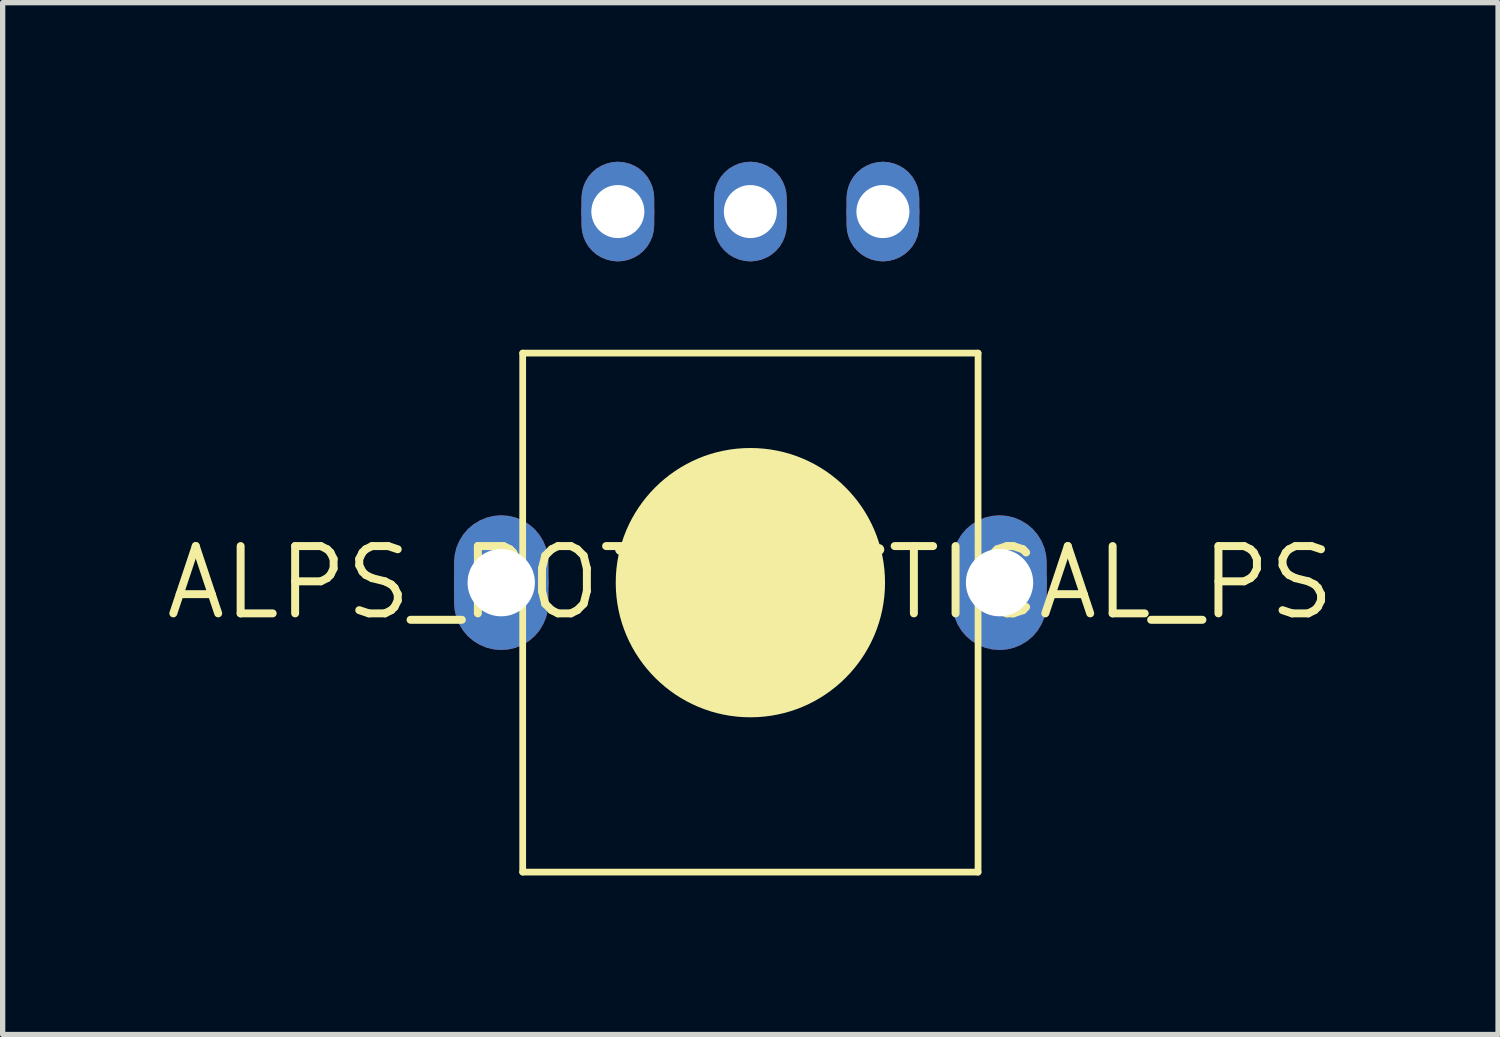
<source format=kicad_pcb>
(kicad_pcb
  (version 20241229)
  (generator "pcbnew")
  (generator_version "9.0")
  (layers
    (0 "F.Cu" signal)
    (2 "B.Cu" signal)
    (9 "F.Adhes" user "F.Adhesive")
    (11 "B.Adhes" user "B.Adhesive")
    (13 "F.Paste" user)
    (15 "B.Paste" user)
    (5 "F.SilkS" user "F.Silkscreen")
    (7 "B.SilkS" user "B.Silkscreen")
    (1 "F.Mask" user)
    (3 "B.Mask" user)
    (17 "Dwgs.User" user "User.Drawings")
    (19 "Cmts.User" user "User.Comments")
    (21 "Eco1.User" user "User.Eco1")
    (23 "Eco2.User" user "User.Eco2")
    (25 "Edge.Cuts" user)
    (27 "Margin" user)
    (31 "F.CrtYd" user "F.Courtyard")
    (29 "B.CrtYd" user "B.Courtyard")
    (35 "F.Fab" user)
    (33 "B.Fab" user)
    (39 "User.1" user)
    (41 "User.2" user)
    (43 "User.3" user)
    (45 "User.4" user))
  (footprint "ALPS_POT_VERTICAL_PS"
    (layer "F.Cu")
    (at 11.105 7.941)
    (property "Reference" "ALPS_POT_VERTICAL_PS" (at 0 0 0) (layer "F.SilkS") (effects (font (size 1.27 1.27) (thickness 0.15))))
    (fp_poly (pts (xy -4.561 -1.259) (xy -4.426 -1.227) (xy -4.297 -1.173) (xy -4.177 -1.1) (xy -4.071 -1.01) (xy -3.981 -0.904) (xy -3.908 -0.784) (xy -3.854 -0.655) (xy -3.822 -0.52) (xy -3.811 -0.381) (xy -3.811 0.381) (xy -3.822 0.52) (xy -3.854 0.655) (xy -3.908 0.784) (xy -3.981 0.904) (xy -4.071 1.01) (xy -4.177 1.1) (xy -4.297 1.173) (xy -4.426 1.227) (xy -4.561 1.259) (xy -4.7 1.27) (xy -4.839 1.259) (xy -4.974 1.227) (xy -5.103 1.173) (xy -5.223 1.1) (xy -5.329 1.01) (xy -5.419 0.904) (xy -5.492 0.784) (xy -5.546 0.655) (xy -5.578 0.52) (xy -5.589 0.381) (xy -5.589 -0.381) (xy -5.578 -0.52) (xy -5.546 -0.655) (xy -5.492 -0.784) (xy -5.419 -0.904) (xy -5.329 -1.01) (xy -5.223 -1.1) (xy -5.103 -1.173) (xy -4.974 -1.227) (xy -4.839 -1.259) (xy -4.7 -1.27)) (stroke (width 0) (type default)) (fill yes) (layer "F.Cu"))
    (fp_poly (pts (xy -2.393 -7.931) (xy -2.288 -7.906) (xy -2.189 -7.865) (xy -2.096 -7.809) (xy -2.015 -7.739) (xy -1.945 -7.658) (xy -1.889 -7.565) (xy -1.848 -7.466) (xy -1.823 -7.361) (xy -1.814 -7.254) (xy -1.814 -6.746) (xy -1.823 -6.639) (xy -1.848 -6.534) (xy -1.889 -6.435) (xy -1.945 -6.342) (xy -2.015 -6.261) (xy -2.096 -6.191) (xy -2.189 -6.135) (xy -2.288 -6.094) (xy -2.393 -6.069) (xy -2.5 -6.06) (xy -2.607 -6.069) (xy -2.712 -6.094) (xy -2.811 -6.135) (xy -2.904 -6.191) (xy -2.985 -6.261) (xy -3.055 -6.342) (xy -3.111 -6.435) (xy -3.152 -6.534) (xy -3.177 -6.639) (xy -3.186 -6.746) (xy -3.186 -7.254) (xy -3.177 -7.361) (xy -3.152 -7.466) (xy -3.111 -7.565) (xy -3.055 -7.658) (xy -2.985 -7.739) (xy -2.904 -7.809) (xy -2.811 -7.865) (xy -2.712 -7.906) (xy -2.607 -7.931) (xy -2.5 -7.94)) (stroke (width 0) (type default)) (fill yes) (layer "F.Cu"))
    (fp_poly (pts (xy 0.107 -7.931) (xy 0.212 -7.906) (xy 0.311 -7.865) (xy 0.404 -7.809) (xy 0.485 -7.739) (xy 0.555 -7.658) (xy 0.611 -7.565) (xy 0.652 -7.466) (xy 0.677 -7.361) (xy 0.686 -7.254) (xy 0.686 -6.746) (xy 0.677 -6.639) (xy 0.652 -6.534) (xy 0.611 -6.435) (xy 0.555 -6.342) (xy 0.485 -6.261) (xy 0.404 -6.191) (xy 0.311 -6.135) (xy 0.212 -6.094) (xy 0.107 -6.069) (xy 0 -6.06) (xy -0.107 -6.069) (xy -0.212 -6.094) (xy -0.311 -6.135) (xy -0.404 -6.191) (xy -0.485 -6.261) (xy -0.555 -6.342) (xy -0.611 -6.435) (xy -0.652 -6.534) (xy -0.677 -6.639) (xy -0.686 -6.746) (xy -0.686 -7.254) (xy -0.677 -7.361) (xy -0.652 -7.466) (xy -0.611 -7.565) (xy -0.555 -7.658) (xy -0.485 -7.739) (xy -0.404 -7.809) (xy -0.311 -7.865) (xy -0.212 -7.906) (xy -0.107 -7.931) (xy 0 -7.94)) (stroke (width 0) (type default)) (fill yes) (layer "F.Cu"))
    (fp_poly (pts (xy 2.607 -7.931) (xy 2.712 -7.906) (xy 2.811 -7.865) (xy 2.904 -7.809) (xy 2.985 -7.739) (xy 3.055 -7.658) (xy 3.111 -7.565) (xy 3.152 -7.466) (xy 3.177 -7.361) (xy 3.186 -7.254) (xy 3.186 -6.746) (xy 3.177 -6.639) (xy 3.152 -6.534) (xy 3.111 -6.435) (xy 3.055 -6.342) (xy 2.985 -6.261) (xy 2.904 -6.191) (xy 2.811 -6.135) (xy 2.712 -6.094) (xy 2.607 -6.069) (xy 2.5 -6.06) (xy 2.393 -6.069) (xy 2.288 -6.094) (xy 2.189 -6.135) (xy 2.096 -6.191) (xy 2.015 -6.261) (xy 1.945 -6.342) (xy 1.889 -6.435) (xy 1.848 -6.534) (xy 1.823 -6.639) (xy 1.814 -6.746) (xy 1.814 -7.254) (xy 1.823 -7.361) (xy 1.848 -7.466) (xy 1.889 -7.565) (xy 1.945 -7.658) (xy 2.015 -7.739) (xy 2.096 -7.809) (xy 2.189 -7.865) (xy 2.288 -7.906) (xy 2.393 -7.931) (xy 2.5 -7.94)) (stroke (width 0) (type default)) (fill yes) (layer "F.Cu"))
    (fp_poly (pts (xy 4.839 -1.259) (xy 4.974 -1.227) (xy 5.103 -1.173) (xy 5.223 -1.1) (xy 5.329 -1.01) (xy 5.419 -0.904) (xy 5.492 -0.784) (xy 5.546 -0.655) (xy 5.578 -0.52) (xy 5.589 -0.381) (xy 5.589 0.381) (xy 5.578 0.52) (xy 5.546 0.655) (xy 5.492 0.784) (xy 5.419 0.904) (xy 5.329 1.01) (xy 5.223 1.1) (xy 5.103 1.173) (xy 4.974 1.227) (xy 4.839 1.259) (xy 4.7 1.27) (xy 4.561 1.259) (xy 4.426 1.227) (xy 4.297 1.173) (xy 4.177 1.1) (xy 4.071 1.01) (xy 3.981 0.904) (xy 3.908 0.784) (xy 3.854 0.655) (xy 3.822 0.52) (xy 3.811 0.381) (xy 3.811 -0.381) (xy 3.822 -0.52) (xy 3.854 -0.655) (xy 3.908 -0.784) (xy 3.981 -0.904) (xy 4.071 -1.01) (xy 4.177 -1.1) (xy 4.297 -1.173) (xy 4.426 -1.227) (xy 4.561 -1.259) (xy 4.7 -1.27)) (stroke (width 0) (type default)) (fill yes) (layer "F.Cu"))
    (fp_poly (pts (xy -4.561 -1.26) (xy -4.425 -1.227) (xy -4.296 -1.174) (xy -4.176 -1.101) (xy -4.07 -1.011) (xy -3.98 -0.905) (xy -3.907 -0.785) (xy -3.854 -0.656) (xy -3.821 -0.52) (xy -3.81 -0.381) (xy -3.81 0.381) (xy -3.821 0.52) (xy -3.854 0.656) (xy -3.907 0.785) (xy -3.98 0.905) (xy -4.07 1.011) (xy -4.176 1.101) (xy -4.296 1.174) (xy -4.425 1.227) (xy -4.561 1.26) (xy -4.7 1.271) (xy -4.839 1.26) (xy -4.975 1.227) (xy -5.104 1.174) (xy -5.224 1.101) (xy -5.33 1.011) (xy -5.42 0.905) (xy -5.493 0.785) (xy -5.546 0.656) (xy -5.579 0.52) (xy -5.59 0.381) (xy -5.59 -0.381) (xy -5.579 -0.52) (xy -5.546 -0.656) (xy -5.493 -0.785) (xy -5.42 -0.905) (xy -5.33 -1.011) (xy -5.224 -1.101) (xy -5.104 -1.174) (xy -4.975 -1.227) (xy -4.839 -1.26) (xy -4.7 -1.271)) (stroke (width 0) (type default)) (fill yes) (layer "F.Mask"))
    (fp_poly (pts (xy -2.393 -7.932) (xy -2.288 -7.907) (xy -2.189 -7.866) (xy -2.096 -7.81) (xy -2.014 -7.74) (xy -1.944 -7.658) (xy -1.888 -7.565) (xy -1.847 -7.466) (xy -1.822 -7.361) (xy -1.813 -7.254) (xy -1.813 -6.746) (xy -1.822 -6.639) (xy -1.847 -6.534) (xy -1.888 -6.435) (xy -1.944 -6.342) (xy -2.014 -6.26) (xy -2.096 -6.19) (xy -2.189 -6.134) (xy -2.288 -6.093) (xy -2.393 -6.068) (xy -2.5 -6.059) (xy -2.607 -6.068) (xy -2.712 -6.093) (xy -2.811 -6.134) (xy -2.904 -6.19) (xy -2.986 -6.26) (xy -3.056 -6.342) (xy -3.112 -6.435) (xy -3.153 -6.534) (xy -3.178 -6.639) (xy -3.187 -6.746) (xy -3.187 -7.254) (xy -3.178 -7.361) (xy -3.153 -7.466) (xy -3.112 -7.565) (xy -3.056 -7.658) (xy -2.986 -7.74) (xy -2.904 -7.81) (xy -2.811 -7.866) (xy -2.712 -7.907) (xy -2.607 -7.932) (xy -2.5 -7.941)) (stroke (width 0) (type default)) (fill yes) (layer "F.Mask"))
    (fp_poly (pts (xy 0.107 -7.932) (xy 0.212 -7.907) (xy 0.311 -7.866) (xy 0.404 -7.81) (xy 0.486 -7.74) (xy 0.556 -7.658) (xy 0.612 -7.565) (xy 0.653 -7.466) (xy 0.678 -7.361) (xy 0.687 -7.254) (xy 0.687 -6.746) (xy 0.678 -6.639) (xy 0.653 -6.534) (xy 0.612 -6.435) (xy 0.556 -6.342) (xy 0.486 -6.26) (xy 0.404 -6.19) (xy 0.311 -6.134) (xy 0.212 -6.093) (xy 0.107 -6.068) (xy 0 -6.059) (xy -0.107 -6.068) (xy -0.212 -6.093) (xy -0.311 -6.134) (xy -0.404 -6.19) (xy -0.486 -6.26) (xy -0.556 -6.342) (xy -0.612 -6.435) (xy -0.653 -6.534) (xy -0.678 -6.639) (xy -0.687 -6.746) (xy -0.687 -7.254) (xy -0.678 -7.361) (xy -0.653 -7.466) (xy -0.612 -7.565) (xy -0.556 -7.658) (xy -0.486 -7.74) (xy -0.404 -7.81) (xy -0.311 -7.866) (xy -0.212 -7.907) (xy -0.107 -7.932) (xy 0 -7.941)) (stroke (width 0) (type default)) (fill yes) (layer "F.Mask"))
    (fp_poly (pts (xy 2.607 -7.932) (xy 2.712 -7.907) (xy 2.811 -7.866) (xy 2.904 -7.81) (xy 2.986 -7.74) (xy 3.056 -7.658) (xy 3.112 -7.565) (xy 3.153 -7.466) (xy 3.178 -7.361) (xy 3.187 -7.254) (xy 3.187 -6.746) (xy 3.178 -6.639) (xy 3.153 -6.534) (xy 3.112 -6.435) (xy 3.056 -6.342) (xy 2.986 -6.26) (xy 2.904 -6.19) (xy 2.811 -6.134) (xy 2.712 -6.093) (xy 2.607 -6.068) (xy 2.5 -6.059) (xy 2.393 -6.068) (xy 2.288 -6.093) (xy 2.189 -6.134) (xy 2.096 -6.19) (xy 2.014 -6.26) (xy 1.944 -6.342) (xy 1.888 -6.435) (xy 1.847 -6.534) (xy 1.822 -6.639) (xy 1.813 -6.746) (xy 1.813 -7.254) (xy 1.822 -7.361) (xy 1.847 -7.466) (xy 1.888 -7.565) (xy 1.944 -7.658) (xy 2.014 -7.74) (xy 2.096 -7.81) (xy 2.189 -7.866) (xy 2.288 -7.907) (xy 2.393 -7.932) (xy 2.5 -7.941)) (stroke (width 0) (type default)) (fill yes) (layer "F.Mask"))
    (fp_poly (pts (xy 4.839 -1.26) (xy 4.975 -1.227) (xy 5.104 -1.174) (xy 5.224 -1.101) (xy 5.33 -1.011) (xy 5.42 -0.905) (xy 5.493 -0.785) (xy 5.546 -0.656) (xy 5.579 -0.52) (xy 5.59 -0.381) (xy 5.59 0.381) (xy 5.579 0.52) (xy 5.546 0.656) (xy 5.493 0.785) (xy 5.42 0.905) (xy 5.33 1.011) (xy 5.224 1.101) (xy 5.104 1.174) (xy 4.975 1.227) (xy 4.839 1.26) (xy 4.7 1.271) (xy 4.561 1.26) (xy 4.425 1.227) (xy 4.296 1.174) (xy 4.176 1.101) (xy 4.07 1.011) (xy 3.98 0.905) (xy 3.907 0.785) (xy 3.854 0.656) (xy 3.821 0.52) (xy 3.81 0.381) (xy 3.81 -0.381) (xy 3.821 -0.52) (xy 3.854 -0.656) (xy 3.907 -0.785) (xy 3.98 -0.905) (xy 4.07 -1.011) (xy 4.176 -1.101) (xy 4.296 -1.174) (xy 4.425 -1.227) (xy 4.561 -1.26) (xy 4.7 -1.271)) (stroke (width 0) (type default)) (fill yes) (layer "F.Mask"))
    (fp_poly (pts (xy -4.561 -1.259) (xy -4.426 -1.227) (xy -4.297 -1.173) (xy -4.177 -1.1) (xy -4.071 -1.01) (xy -3.981 -0.904) (xy -3.908 -0.784) (xy -3.854 -0.655) (xy -3.822 -0.52) (xy -3.811 -0.381) (xy -3.811 0.381) (xy -3.822 0.52) (xy -3.854 0.655) (xy -3.908 0.784) (xy -3.981 0.904) (xy -4.071 1.01) (xy -4.177 1.1) (xy -4.297 1.173) (xy -4.426 1.227) (xy -4.561 1.259) (xy -4.7 1.27) (xy -4.839 1.259) (xy -4.974 1.227) (xy -5.103 1.173) (xy -5.223 1.1) (xy -5.329 1.01) (xy -5.419 0.904) (xy -5.492 0.784) (xy -5.546 0.655) (xy -5.578 0.52) (xy -5.589 0.381) (xy -5.589 -0.381) (xy -5.578 -0.52) (xy -5.546 -0.655) (xy -5.492 -0.784) (xy -5.419 -0.904) (xy -5.329 -1.01) (xy -5.223 -1.1) (xy -5.103 -1.173) (xy -4.974 -1.227) (xy -4.839 -1.259) (xy -4.7 -1.27)) (stroke (width 0) (type default)) (fill yes) (layer "B.Cu"))
    (fp_poly (pts (xy -2.393 -7.931) (xy -2.288 -7.906) (xy -2.189 -7.865) (xy -2.096 -7.809) (xy -2.015 -7.739) (xy -1.945 -7.658) (xy -1.889 -7.565) (xy -1.848 -7.466) (xy -1.823 -7.361) (xy -1.814 -7.254) (xy -1.814 -6.746) (xy -1.823 -6.639) (xy -1.848 -6.534) (xy -1.889 -6.435) (xy -1.945 -6.342) (xy -2.015 -6.261) (xy -2.096 -6.191) (xy -2.189 -6.135) (xy -2.288 -6.094) (xy -2.393 -6.069) (xy -2.5 -6.06) (xy -2.607 -6.069) (xy -2.712 -6.094) (xy -2.811 -6.135) (xy -2.904 -6.191) (xy -2.985 -6.261) (xy -3.055 -6.342) (xy -3.111 -6.435) (xy -3.152 -6.534) (xy -3.177 -6.639) (xy -3.186 -6.746) (xy -3.186 -7.254) (xy -3.177 -7.361) (xy -3.152 -7.466) (xy -3.111 -7.565) (xy -3.055 -7.658) (xy -2.985 -7.739) (xy -2.904 -7.809) (xy -2.811 -7.865) (xy -2.712 -7.906) (xy -2.607 -7.931) (xy -2.5 -7.94)) (stroke (width 0) (type default)) (fill yes) (layer "B.Cu"))
    (fp_poly (pts (xy 0.107 -7.931) (xy 0.212 -7.906) (xy 0.311 -7.865) (xy 0.404 -7.809) (xy 0.485 -7.739) (xy 0.555 -7.658) (xy 0.611 -7.565) (xy 0.652 -7.466) (xy 0.677 -7.361) (xy 0.686 -7.254) (xy 0.686 -6.746) (xy 0.677 -6.639) (xy 0.652 -6.534) (xy 0.611 -6.435) (xy 0.555 -6.342) (xy 0.485 -6.261) (xy 0.404 -6.191) (xy 0.311 -6.135) (xy 0.212 -6.094) (xy 0.107 -6.069) (xy 0 -6.06) (xy -0.107 -6.069) (xy -0.212 -6.094) (xy -0.311 -6.135) (xy -0.404 -6.191) (xy -0.485 -6.261) (xy -0.555 -6.342) (xy -0.611 -6.435) (xy -0.652 -6.534) (xy -0.677 -6.639) (xy -0.686 -6.746) (xy -0.686 -7.254) (xy -0.677 -7.361) (xy -0.652 -7.466) (xy -0.611 -7.565) (xy -0.555 -7.658) (xy -0.485 -7.739) (xy -0.404 -7.809) (xy -0.311 -7.865) (xy -0.212 -7.906) (xy -0.107 -7.931) (xy 0 -7.94)) (stroke (width 0) (type default)) (fill yes) (layer "B.Cu"))
    (fp_poly (pts (xy 2.607 -7.931) (xy 2.712 -7.906) (xy 2.811 -7.865) (xy 2.904 -7.809) (xy 2.985 -7.739) (xy 3.055 -7.658) (xy 3.111 -7.565) (xy 3.152 -7.466) (xy 3.177 -7.361) (xy 3.186 -7.254) (xy 3.186 -6.746) (xy 3.177 -6.639) (xy 3.152 -6.534) (xy 3.111 -6.435) (xy 3.055 -6.342) (xy 2.985 -6.261) (xy 2.904 -6.191) (xy 2.811 -6.135) (xy 2.712 -6.094) (xy 2.607 -6.069) (xy 2.5 -6.06) (xy 2.393 -6.069) (xy 2.288 -6.094) (xy 2.189 -6.135) (xy 2.096 -6.191) (xy 2.015 -6.261) (xy 1.945 -6.342) (xy 1.889 -6.435) (xy 1.848 -6.534) (xy 1.823 -6.639) (xy 1.814 -6.746) (xy 1.814 -7.254) (xy 1.823 -7.361) (xy 1.848 -7.466) (xy 1.889 -7.565) (xy 1.945 -7.658) (xy 2.015 -7.739) (xy 2.096 -7.809) (xy 2.189 -7.865) (xy 2.288 -7.906) (xy 2.393 -7.931) (xy 2.5 -7.94)) (stroke (width 0) (type default)) (fill yes) (layer "B.Cu"))
    (fp_poly (pts (xy 4.839 -1.259) (xy 4.974 -1.227) (xy 5.103 -1.173) (xy 5.223 -1.1) (xy 5.329 -1.01) (xy 5.419 -0.904) (xy 5.492 -0.784) (xy 5.546 -0.655) (xy 5.578 -0.52) (xy 5.589 -0.381) (xy 5.589 0.381) (xy 5.578 0.52) (xy 5.546 0.655) (xy 5.492 0.784) (xy 5.419 0.904) (xy 5.329 1.01) (xy 5.223 1.1) (xy 5.103 1.173) (xy 4.974 1.227) (xy 4.839 1.259) (xy 4.7 1.27) (xy 4.561 1.259) (xy 4.426 1.227) (xy 4.297 1.173) (xy 4.177 1.1) (xy 4.071 1.01) (xy 3.981 0.904) (xy 3.908 0.784) (xy 3.854 0.655) (xy 3.822 0.52) (xy 3.811 0.381) (xy 3.811 -0.381) (xy 3.822 -0.52) (xy 3.854 -0.655) (xy 3.908 -0.784) (xy 3.981 -0.904) (xy 4.071 -1.01) (xy 4.177 -1.1) (xy 4.297 -1.173) (xy 4.426 -1.227) (xy 4.561 -1.259) (xy 4.7 -1.27)) (stroke (width 0) (type default)) (fill yes) (layer "B.Cu"))
    (fp_poly (pts (xy -4.561 -1.26) (xy -4.425 -1.227) (xy -4.296 -1.174) (xy -4.176 -1.101) (xy -4.07 -1.011) (xy -3.98 -0.905) (xy -3.907 -0.785) (xy -3.854 -0.656) (xy -3.821 -0.52) (xy -3.81 -0.381) (xy -3.81 0.381) (xy -3.821 0.52) (xy -3.854 0.656) (xy -3.907 0.785) (xy -3.98 0.905) (xy -4.07 1.011) (xy -4.176 1.101) (xy -4.296 1.174) (xy -4.425 1.227) (xy -4.561 1.26) (xy -4.7 1.271) (xy -4.839 1.26) (xy -4.975 1.227) (xy -5.104 1.174) (xy -5.224 1.101) (xy -5.33 1.011) (xy -5.42 0.905) (xy -5.493 0.785) (xy -5.546 0.656) (xy -5.579 0.52) (xy -5.59 0.381) (xy -5.59 -0.381) (xy -5.579 -0.52) (xy -5.546 -0.656) (xy -5.493 -0.785) (xy -5.42 -0.905) (xy -5.33 -1.011) (xy -5.224 -1.101) (xy -5.104 -1.174) (xy -4.975 -1.227) (xy -4.839 -1.26) (xy -4.7 -1.271)) (stroke (width 0) (type default)) (fill yes) (layer "B.Mask"))
    (fp_poly (pts (xy -2.393 -7.932) (xy -2.288 -7.907) (xy -2.189 -7.866) (xy -2.096 -7.81) (xy -2.014 -7.74) (xy -1.944 -7.658) (xy -1.888 -7.565) (xy -1.847 -7.466) (xy -1.822 -7.361) (xy -1.813 -7.254) (xy -1.813 -6.746) (xy -1.822 -6.639) (xy -1.847 -6.534) (xy -1.888 -6.435) (xy -1.944 -6.342) (xy -2.014 -6.26) (xy -2.096 -6.19) (xy -2.189 -6.134) (xy -2.288 -6.093) (xy -2.393 -6.068) (xy -2.5 -6.059) (xy -2.607 -6.068) (xy -2.712 -6.093) (xy -2.811 -6.134) (xy -2.904 -6.19) (xy -2.986 -6.26) (xy -3.056 -6.342) (xy -3.112 -6.435) (xy -3.153 -6.534) (xy -3.178 -6.639) (xy -3.187 -6.746) (xy -3.187 -7.254) (xy -3.178 -7.361) (xy -3.153 -7.466) (xy -3.112 -7.565) (xy -3.056 -7.658) (xy -2.986 -7.74) (xy -2.904 -7.81) (xy -2.811 -7.866) (xy -2.712 -7.907) (xy -2.607 -7.932) (xy -2.5 -7.941)) (stroke (width 0) (type default)) (fill yes) (layer "B.Mask"))
    (fp_poly (pts (xy 0.107 -7.932) (xy 0.212 -7.907) (xy 0.311 -7.866) (xy 0.404 -7.81) (xy 0.486 -7.74) (xy 0.556 -7.658) (xy 0.612 -7.565) (xy 0.653 -7.466) (xy 0.678 -7.361) (xy 0.687 -7.254) (xy 0.687 -6.746) (xy 0.678 -6.639) (xy 0.653 -6.534) (xy 0.612 -6.435) (xy 0.556 -6.342) (xy 0.486 -6.26) (xy 0.404 -6.19) (xy 0.311 -6.134) (xy 0.212 -6.093) (xy 0.107 -6.068) (xy 0 -6.059) (xy -0.107 -6.068) (xy -0.212 -6.093) (xy -0.311 -6.134) (xy -0.404 -6.19) (xy -0.486 -6.26) (xy -0.556 -6.342) (xy -0.612 -6.435) (xy -0.653 -6.534) (xy -0.678 -6.639) (xy -0.687 -6.746) (xy -0.687 -7.254) (xy -0.678 -7.361) (xy -0.653 -7.466) (xy -0.612 -7.565) (xy -0.556 -7.658) (xy -0.486 -7.74) (xy -0.404 -7.81) (xy -0.311 -7.866) (xy -0.212 -7.907) (xy -0.107 -7.932) (xy 0 -7.941)) (stroke (width 0) (type default)) (fill yes) (layer "B.Mask"))
    (fp_poly (pts (xy 2.607 -7.932) (xy 2.712 -7.907) (xy 2.811 -7.866) (xy 2.904 -7.81) (xy 2.986 -7.74) (xy 3.056 -7.658) (xy 3.112 -7.565) (xy 3.153 -7.466) (xy 3.178 -7.361) (xy 3.187 -7.254) (xy 3.187 -6.746) (xy 3.178 -6.639) (xy 3.153 -6.534) (xy 3.112 -6.435) (xy 3.056 -6.342) (xy 2.986 -6.26) (xy 2.904 -6.19) (xy 2.811 -6.134) (xy 2.712 -6.093) (xy 2.607 -6.068) (xy 2.5 -6.059) (xy 2.393 -6.068) (xy 2.288 -6.093) (xy 2.189 -6.134) (xy 2.096 -6.19) (xy 2.014 -6.26) (xy 1.944 -6.342) (xy 1.888 -6.435) (xy 1.847 -6.534) (xy 1.822 -6.639) (xy 1.813 -6.746) (xy 1.813 -7.254) (xy 1.822 -7.361) (xy 1.847 -7.466) (xy 1.888 -7.565) (xy 1.944 -7.658) (xy 2.014 -7.74) (xy 2.096 -7.81) (xy 2.189 -7.866) (xy 2.288 -7.907) (xy 2.393 -7.932) (xy 2.5 -7.941)) (stroke (width 0) (type default)) (fill yes) (layer "B.Mask"))
    (fp_poly (pts (xy 4.839 -1.26) (xy 4.975 -1.227) (xy 5.104 -1.174) (xy 5.224 -1.101) (xy 5.33 -1.011) (xy 5.42 -0.905) (xy 5.493 -0.785) (xy 5.546 -0.656) (xy 5.579 -0.52) (xy 5.59 -0.381) (xy 5.59 0.381) (xy 5.579 0.52) (xy 5.546 0.656) (xy 5.493 0.785) (xy 5.42 0.905) (xy 5.33 1.011) (xy 5.224 1.101) (xy 5.104 1.174) (xy 4.975 1.227) (xy 4.839 1.26) (xy 4.7 1.271) (xy 4.561 1.26) (xy 4.425 1.227) (xy 4.296 1.174) (xy 4.176 1.101) (xy 4.07 1.011) (xy 3.98 0.905) (xy 3.907 0.785) (xy 3.854 0.656) (xy 3.821 0.52) (xy 3.81 0.381) (xy 3.81 -0.381) (xy 3.821 -0.52) (xy 3.854 -0.656) (xy 3.907 -0.785) (xy 3.98 -0.905) (xy 4.07 -1.011) (xy 4.176 -1.101) (xy 4.296 -1.174) (xy 4.425 -1.227) (xy 4.561 -1.26) (xy 4.7 -1.271)) (stroke (width 0) (type default)) (fill yes) (layer "B.Mask"))
    (fp_line (start -4.295 -4.33) (end 4.295 -4.33) (stroke (width 0.127) (type solid)) (layer "F.SilkS"))
    (fp_line (start -4.295 5.46) (end -4.295 -4.33) (stroke (width 0.127) (type solid)) (layer "F.SilkS"))
    (fp_line (start -2.45 -0.625) (end 2.424 -0.625) (stroke (width 0.203) (type solid)) (layer "F.SilkS"))
    (fp_line (start -1.1 -0.625) (end 1.1 -0.625) (stroke (width 0.203) (type solid)) (layer "F.SilkS"))
    (fp_line (start 4.295 -4.33) (end 4.295 5.46) (stroke (width 0.127) (type solid)) (layer "F.SilkS"))
    (fp_line (start 4.295 5.46) (end -4.295 5.46) (stroke (width 0.127) (type solid)) (layer "F.SilkS"))
    (fp_arc (start 1.100001 -0.624999) (mid -0.000001 1.264544) (end -1.1 -0.625) (stroke (width 0.203) (type solid)) (layer "F.SilkS"))
    (fp_circle (center 0 0) (end 1.27 0) (stroke (width 2.54) (type solid)) (fill yes) (layer "F.SilkS"))
    (pad "P$1" thru_hole circle (at -2.5 -7) (size 1.372 1.372) (drill 1) (layers "*.Cu"))
    (pad "P$2" thru_hole circle (at 0 -7) (size 1.372 1.372) (drill 1) (layers "*.Cu"))
    (pad "P$3" thru_hole circle (at 2.5 -7) (size 1.372 1.372) (drill 1) (layers "*.Cu"))
    (pad "P$4" thru_hole circle (at -4.7 0) (size 1.778 1.778) (drill 1.27) (layers "*.Cu"))
    (pad "P$5" thru_hole circle (at 4.7 0) (size 1.778 1.778) (drill 1.27) (layers "*.Cu")))
  (gr_rect
    (start -3 -3)
    (end 25.209 16.465)
    (stroke (width 0.1) (type default))
    (fill no)
    (layer "Edge.Cuts")))
</source>
